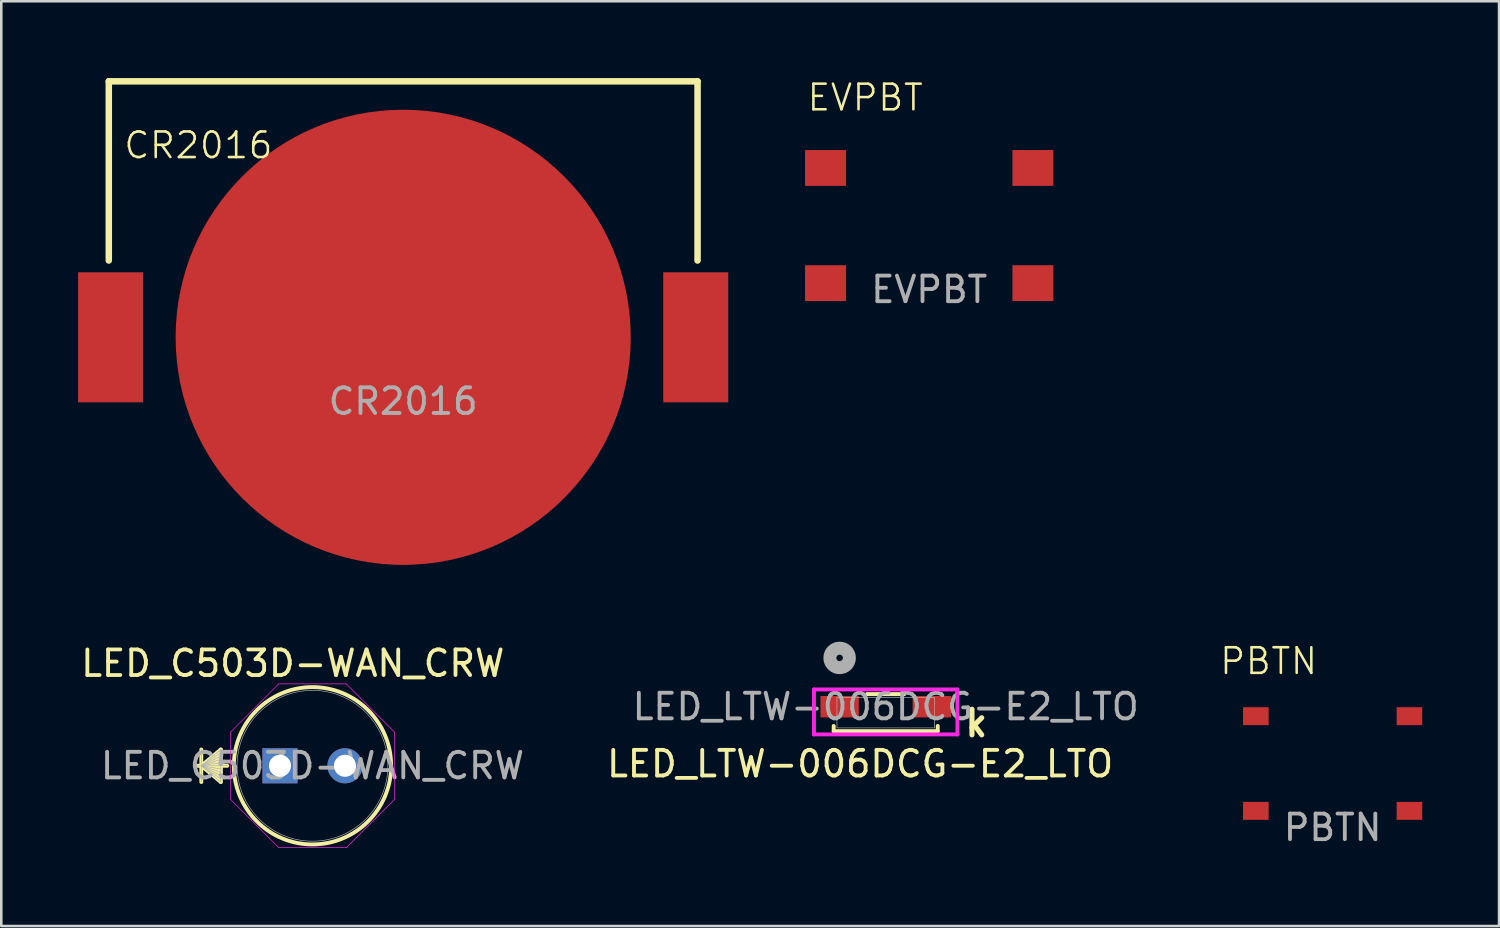
<source format=kicad_pcb>
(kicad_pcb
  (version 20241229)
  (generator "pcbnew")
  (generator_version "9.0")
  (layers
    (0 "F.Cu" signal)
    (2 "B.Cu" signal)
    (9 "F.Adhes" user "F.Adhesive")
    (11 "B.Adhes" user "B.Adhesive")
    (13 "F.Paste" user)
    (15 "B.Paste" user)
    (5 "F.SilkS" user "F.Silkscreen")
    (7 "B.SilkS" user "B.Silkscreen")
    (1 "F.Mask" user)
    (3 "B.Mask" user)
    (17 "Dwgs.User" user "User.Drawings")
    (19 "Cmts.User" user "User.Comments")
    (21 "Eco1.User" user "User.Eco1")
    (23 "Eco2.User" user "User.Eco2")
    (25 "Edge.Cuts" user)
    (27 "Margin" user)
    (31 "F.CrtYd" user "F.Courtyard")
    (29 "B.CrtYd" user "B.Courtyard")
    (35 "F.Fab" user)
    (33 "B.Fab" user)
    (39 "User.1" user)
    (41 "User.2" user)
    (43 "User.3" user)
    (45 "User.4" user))
  (footprint "LED_LTW-006DCG-E2_LTO"
    (layer "F.Cu")
    (at 31.55 24.789)
    (property "Reference" "LED_LTW-006DCG-E2_LTO" (at -1 2 0) (unlocked yes) (layer "F.SilkS") (effects (font (size 1 1) (thickness 0.15))))
    (attr smd)
    (fp_line (start -2.032 0.52) (end -2.032 0.724) (stroke (width 0.152) (type solid)) (layer "F.SilkS"))
    (fp_line (start -2.032 0.724) (end 2.032 0.724) (stroke (width 0.152) (type solid)) (layer "F.SilkS"))
    (fp_line (start 0.726 -0.724) (end -0.726 -0.724) (stroke (width 0.152) (type solid)) (layer "F.SilkS"))
    (fp_line (start 2.032 0.724) (end 2.032 0.52) (stroke (width 0.152) (type solid)) (layer "F.SilkS"))
    (fp_line (start -2.803 -0.905) (end -2.803 0.851) (stroke (width 0.152) (type solid)) (layer "F.CrtYd"))
    (fp_line (start -2.803 0.851) (end 2.803 0.851) (stroke (width 0.152) (type solid)) (layer "F.CrtYd"))
    (fp_line (start 2.803 -0.905) (end -2.803 -0.905) (stroke (width 0.152) (type solid)) (layer "F.CrtYd"))
    (fp_line (start 2.803 0.851) (end 2.803 -0.905) (stroke (width 0.152) (type solid)) (layer "F.CrtYd"))
    (fp_line (start -1.905 -0.597) (end -1.905 0.597) (stroke (width 0.025) (type solid)) (layer "F.Fab"))
    (fp_line (start -1.905 0.597) (end 1.905 0.597) (stroke (width 0.025) (type solid)) (layer "F.Fab"))
    (fp_line (start 1.905 -0.597) (end -1.905 -0.597) (stroke (width 0.025) (type solid)) (layer "F.Fab"))
    (fp_line (start 1.905 0.597) (end 1.905 -0.597) (stroke (width 0.025) (type solid)) (layer "F.Fab"))
    (fp_circle (center -1.8 -2.137) (end -1.419 -2.137) (stroke (width 0.508) (type solid)) (fill no) (layer "F.Fab"))
    (fp_text user "k" (at 3 1 0) (unlocked yes) (layer "F.SilkS") (effects (font (size 1 1) (thickness 0.2) (bold yes)) (justify left bottom)))
    (fp_text user "${REFERENCE}" (at 0 -0.232 0) (unlocked yes) (layer "F.Fab") (effects (font (size 1 1) (thickness 0.15))))
    (pad "1" smd rect (at 1.8 -0.232) (size 1.499 0.838) (layers "F.Cu" "F.Mask" "F.Paste"))
    (pad "2" smd rect (at -1.8 -0.232) (size 1.499 0.838) (layers "F.Cu" "F.Mask" "F.Paste")))
  (footprint "EVPBT"
    (layer "F.Cu")
    (at 33.25 5.761)
    (property "Reference" "EVPBT" (at -2.5 -5 0) (unlocked yes) (layer "F.SilkS") (effects (font (size 1 1) (thickness 0.1))))
    (attr smd)
    (fp_text user "${REFERENCE}" (at 0 2.5 0) (unlocked yes) (layer "F.Fab") (effects (font (size 1 1) (thickness 0.15))))
    (pad "1" smd rect (at -4.05 -2.25) (size 1.6 1.4) (layers "F.Cu" "F.Mask" "F.Paste"))
    (pad "1" smd rect (at 4.05 -2.25) (size 1.6 1.4) (layers "F.Cu" "F.Mask" "F.Paste"))
    (pad "2" smd rect (at -4.05 2.25) (size 1.6 1.4) (layers "F.Cu" "F.Mask" "F.Paste"))
    (pad "2" smd rect (at 4.05 2.25) (size 1.6 1.4) (layers "F.Cu" "F.Mask" "F.Paste")))
  (footprint "LED_C503D-WAN_CRW"
    (layer "F.Cu")
    (at 7.887 26.865)
    (property "Reference" "LED_C503D-WAN_CRW" (at 0.5 -4 0) (unlocked yes) (layer "F.SilkS") (effects (font (size 1 1) (thickness 0.15))))
    (attr through_hole)
    (fp_line (start -3.073 -0.635) (end -3.073 0.635) (stroke (width 0.152) (type solid)) (layer "F.SilkS"))
    (fp_line (start -3.073 0) (end -2.311 -0.635) (stroke (width 0.152) (type solid)) (layer "F.SilkS"))
    (fp_line (start -3.073 0) (end -2.311 -0.508) (stroke (width 0.152) (type solid)) (layer "F.SilkS"))
    (fp_line (start -3.073 0) (end -2.311 -0.381) (stroke (width 0.152) (type solid)) (layer "F.SilkS"))
    (fp_line (start -3.073 0) (end -2.311 -0.254) (stroke (width 0.152) (type solid)) (layer "F.SilkS"))
    (fp_line (start -3.073 0) (end -2.311 -0.127) (stroke (width 0.152) (type solid)) (layer "F.SilkS"))
    (fp_line (start -3.073 0) (end -2.311 0.127) (stroke (width 0.152) (type solid)) (layer "F.SilkS"))
    (fp_line (start -3.073 0) (end -2.311 0.254) (stroke (width 0.152) (type solid)) (layer "F.SilkS"))
    (fp_line (start -3.073 0) (end -2.311 0.381) (stroke (width 0.152) (type solid)) (layer "F.SilkS"))
    (fp_line (start -3.073 0) (end -2.311 0.508) (stroke (width 0.152) (type solid)) (layer "F.SilkS"))
    (fp_line (start -3.073 0) (end -2.311 0.635) (stroke (width 0.152) (type solid)) (layer "F.SilkS"))
    (fp_line (start -2.311 -0.635) (end -2.311 0.635) (stroke (width 0.152) (type solid)) (layer "F.SilkS"))
    (fp_line (start -2.057 0) (end -3.327 0) (stroke (width 0.152) (type solid)) (layer "F.SilkS"))
    (fp_circle (center 1.27 0) (end 4.343 0) (stroke (width 0.152) (type solid)) (fill no) (layer "F.SilkS"))
    (fp_line (start -1.93 -1.318) (end -0.048 -3.2) (stroke (width 0.025) (type solid)) (layer "F.CrtYd"))
    (fp_line (start -1.93 1.318) (end -1.93 -1.318) (stroke (width 0.025) (type solid)) (layer "F.CrtYd"))
    (fp_line (start -0.048 -3.2) (end 2.588 -3.2) (stroke (width 0.025) (type solid)) (layer "F.CrtYd"))
    (fp_line (start -0.048 3.2) (end -1.93 1.318) (stroke (width 0.025) (type solid)) (layer "F.CrtYd"))
    (fp_line (start 2.588 -3.2) (end 4.47 -1.318) (stroke (width 0.025) (type solid)) (layer "F.CrtYd"))
    (fp_line (start 2.588 3.2) (end -0.048 3.2) (stroke (width 0.025) (type solid)) (layer "F.CrtYd"))
    (fp_line (start 4.47 -1.318) (end 4.47 1.318) (stroke (width 0.025) (type solid)) (layer "F.CrtYd"))
    (fp_line (start 4.47 1.318) (end 2.588 3.2) (stroke (width 0.025) (type solid)) (layer "F.CrtYd"))
    (fp_line (start -3.073 -0.635) (end -3.073 0.635) (stroke (width 0.025) (type solid)) (layer "F.Fab"))
    (fp_line (start -3.073 0) (end -2.311 -0.635) (stroke (width 0.025) (type solid)) (layer "F.Fab"))
    (fp_line (start -3.073 0) (end -2.311 -0.508) (stroke (width 0.025) (type solid)) (layer "F.Fab"))
    (fp_line (start -3.073 0) (end -2.311 -0.381) (stroke (width 0.025) (type solid)) (layer "F.Fab"))
    (fp_line (start -3.073 0) (end -2.311 -0.254) (stroke (width 0.025) (type solid)) (layer "F.Fab"))
    (fp_line (start -3.073 0) (end -2.311 -0.127) (stroke (width 0.025) (type solid)) (layer "F.Fab"))
    (fp_line (start -3.073 0) (end -2.311 0.127) (stroke (width 0.025) (type solid)) (layer "F.Fab"))
    (fp_line (start -3.073 0) (end -2.311 0.254) (stroke (width 0.025) (type solid)) (layer "F.Fab"))
    (fp_line (start -3.073 0) (end -2.311 0.381) (stroke (width 0.025) (type solid)) (layer "F.Fab"))
    (fp_line (start -3.073 0) (end -2.311 0.508) (stroke (width 0.025) (type solid)) (layer "F.Fab"))
    (fp_line (start -3.073 0) (end -2.311 0.635) (stroke (width 0.025) (type solid)) (layer "F.Fab"))
    (fp_line (start -2.311 -0.635) (end -2.311 0.635) (stroke (width 0.025) (type solid)) (layer "F.Fab"))
    (fp_line (start -2.057 0) (end -3.327 0) (stroke (width 0.025) (type solid)) (layer "F.Fab"))
    (fp_circle (center 1.27 0) (end 4.216 0) (stroke (width 0.025) (type solid)) (fill no) (layer "F.Fab"))
    (fp_text user "${REFERENCE}" (at 1.27 0 0) (unlocked yes) (layer "F.Fab") (effects (font (size 1 1) (thickness 0.15))))
    (pad "1" thru_hole rect (at 0 0) (size 1.372 1.372) (drill 0.864) (layers "*.Cu" "*.Mask"))
    (pad "2" thru_hole circle (at 2.54 0) (size 1.372 1.372) (drill 0.864) (layers "*.Cu" "*.Mask")))
  (footprint "PBTN"
    (layer "F.Cu")
    (at 49.01 26.777)
    (property "Reference" "PBTN" (at -2.5 -4 0) (unlocked yes) (layer "F.SilkS") (effects (font (size 1 1) (thickness 0.1))))
    (attr smd)
    (fp_text user "${REFERENCE}" (at 0 2.5 0) (unlocked yes) (layer "F.Fab") (effects (font (size 1 1) (thickness 0.15))))
    (pad "1" smd rect (at -3 -1.85) (size 1 0.7) (layers "F.Cu" "F.Mask" "F.Paste"))
    (pad "1" smd rect (at 3 -1.85) (size 1 0.7) (layers "F.Cu" "F.Mask" "F.Paste"))
    (pad "2" smd rect (at -3 1.85) (size 1 0.7) (layers "F.Cu" "F.Mask" "F.Paste"))
    (pad "2" smd rect (at 3 1.85) (size 1 0.7) (layers "F.Cu" "F.Mask" "F.Paste")))
  (footprint "CR2016"
    (layer "F.Cu")
    (at 12.7 10.127)
    (property "Reference" "CR2016" (at -8 -7.5 0) (unlocked yes) (layer "F.SilkS") (effects (font (size 1 1) (thickness 0.1))))
    (attr smd)
    (fp_line (start -11.5 -10) (end 11.5 -10) (stroke (width 0.254) (type default)) (layer "F.SilkS"))
    (fp_line (start -11.5 -3) (end -11.5 -10) (stroke (width 0.254) (type default)) (layer "F.SilkS"))
    (fp_line (start 11.5 -10) (end 11.5 -3) (stroke (width 0.254) (type default)) (layer "F.SilkS"))
    (fp_text user "${REFERENCE}" (at 0 2.5 0) (unlocked yes) (layer "F.Fab") (effects (font (size 1 1) (thickness 0.15))))
    (pad "1" smd rect (at -11.43 0) (size 2.54 5.08) (layers "F.Cu" "F.Mask" "F.Paste"))
    (pad "1" smd rect (at 11.43 0) (size 2.54 5.08) (layers "F.Cu" "F.Mask" "F.Paste"))
    (pad "2" smd circle (at 0 0) (size 17.78 17.78) (layers "F.Cu" "F.Mask" "F.Paste")))
  (gr_rect
    (start -3 -3)
    (end 55.51 33.126)
    (stroke (width 0.1) (type default))
    (fill no)
    (layer "Edge.Cuts")))
</source>
